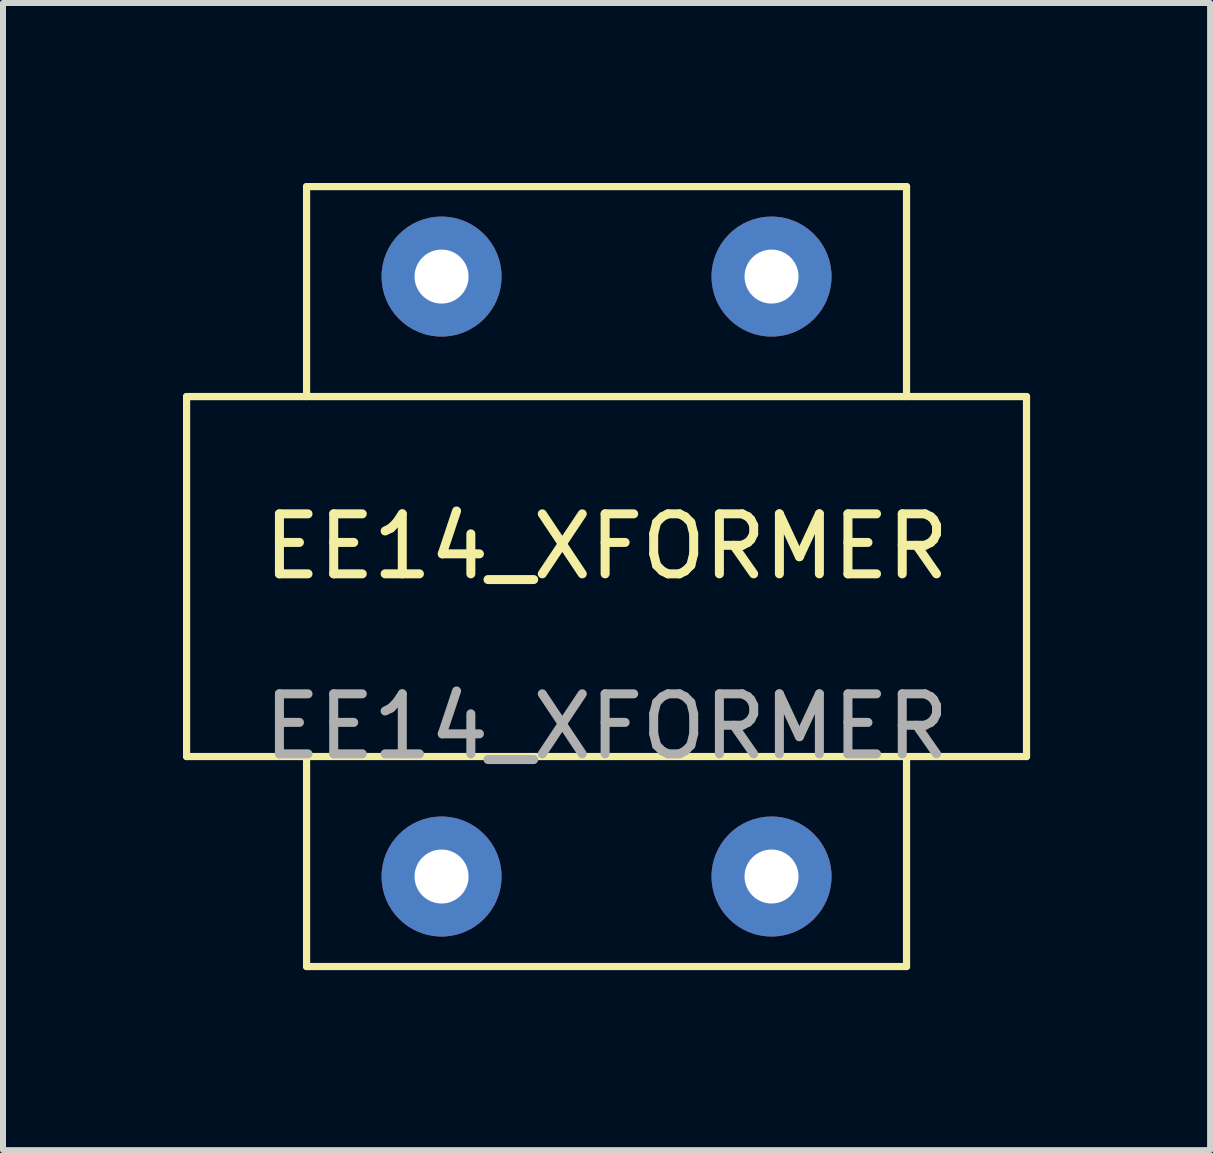
<source format=kicad_pcb>
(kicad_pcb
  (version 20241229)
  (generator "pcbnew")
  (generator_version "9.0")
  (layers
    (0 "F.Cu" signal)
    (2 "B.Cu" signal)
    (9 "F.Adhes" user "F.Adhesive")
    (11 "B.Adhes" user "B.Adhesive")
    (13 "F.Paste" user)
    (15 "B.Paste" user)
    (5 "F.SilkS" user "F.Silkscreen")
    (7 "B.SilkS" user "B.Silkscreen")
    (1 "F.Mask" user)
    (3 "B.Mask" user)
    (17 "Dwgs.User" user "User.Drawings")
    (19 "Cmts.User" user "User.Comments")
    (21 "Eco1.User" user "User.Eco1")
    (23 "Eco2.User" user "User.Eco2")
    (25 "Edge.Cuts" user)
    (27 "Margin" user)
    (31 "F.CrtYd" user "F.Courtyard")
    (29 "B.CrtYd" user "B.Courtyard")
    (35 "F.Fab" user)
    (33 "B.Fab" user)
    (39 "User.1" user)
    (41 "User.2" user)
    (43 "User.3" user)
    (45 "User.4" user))
  (footprint "EE14_XFORMER"
    (layer "F.Cu")
    (at 7.06 6.56)
    (property "Reference" "EE14_XFORMER" (at 0 -0.5 0) (unlocked yes) (layer "F.SilkS") (effects (font (size 1 1) (thickness 0.15))))
    (attr through_hole)
    (fp_line (start -7 -3) (end -7 3) (stroke (width 0.12) (type solid)) (layer "F.SilkS"))
    (fp_line (start -7 -3) (end 7 -3) (stroke (width 0.12) (type solid)) (layer "F.SilkS"))
    (fp_line (start -7 3) (end 7 3) (stroke (width 0.12) (type solid)) (layer "F.SilkS"))
    (fp_line (start -5 -6.5) (end -5 -3) (stroke (width 0.12) (type solid)) (layer "F.SilkS"))
    (fp_line (start -5 -6.5) (end 5 -6.5) (stroke (width 0.12) (type solid)) (layer "F.SilkS"))
    (fp_line (start -5 6.5) (end -5 3) (stroke (width 0.12) (type solid)) (layer "F.SilkS"))
    (fp_line (start 5 -6.5) (end 5 -3) (stroke (width 0.12) (type solid)) (layer "F.SilkS"))
    (fp_line (start 5 3) (end 5 6.5) (stroke (width 0.12) (type solid)) (layer "F.SilkS"))
    (fp_line (start 5 6.5) (end -5 6.5) (stroke (width 0.12) (type solid)) (layer "F.SilkS"))
    (fp_line (start 7 -3) (end 7 3) (stroke (width 0.12) (type solid)) (layer "F.SilkS"))
    (fp_text user "${REFERENCE}" (at 0 2.5 0) (unlocked yes) (layer "F.Fab") (effects (font (size 1 1) (thickness 0.15))))
    (pad "1" thru_hole circle (at -2.75 -5) (size 2 2) (drill 0.9) (layers "*.Cu" "*.Mask"))
    (pad "2" thru_hole circle (at 2.75 -5) (size 2 2) (drill 0.9) (layers "*.Cu" "*.Mask"))
    (pad "3" thru_hole circle (at 2.75 5) (size 2 2) (drill 0.9) (layers "*.Cu" "*.Mask"))
    (pad "4" thru_hole circle (at -2.75 5) (size 2 2) (drill 0.9) (layers "*.Cu" "*.Mask")))
  (gr_rect
    (start -3 -3)
    (end 17.12 16.12)
    (stroke (width 0.1) (type default))
    (fill no)
    (layer "Edge.Cuts")))
</source>
